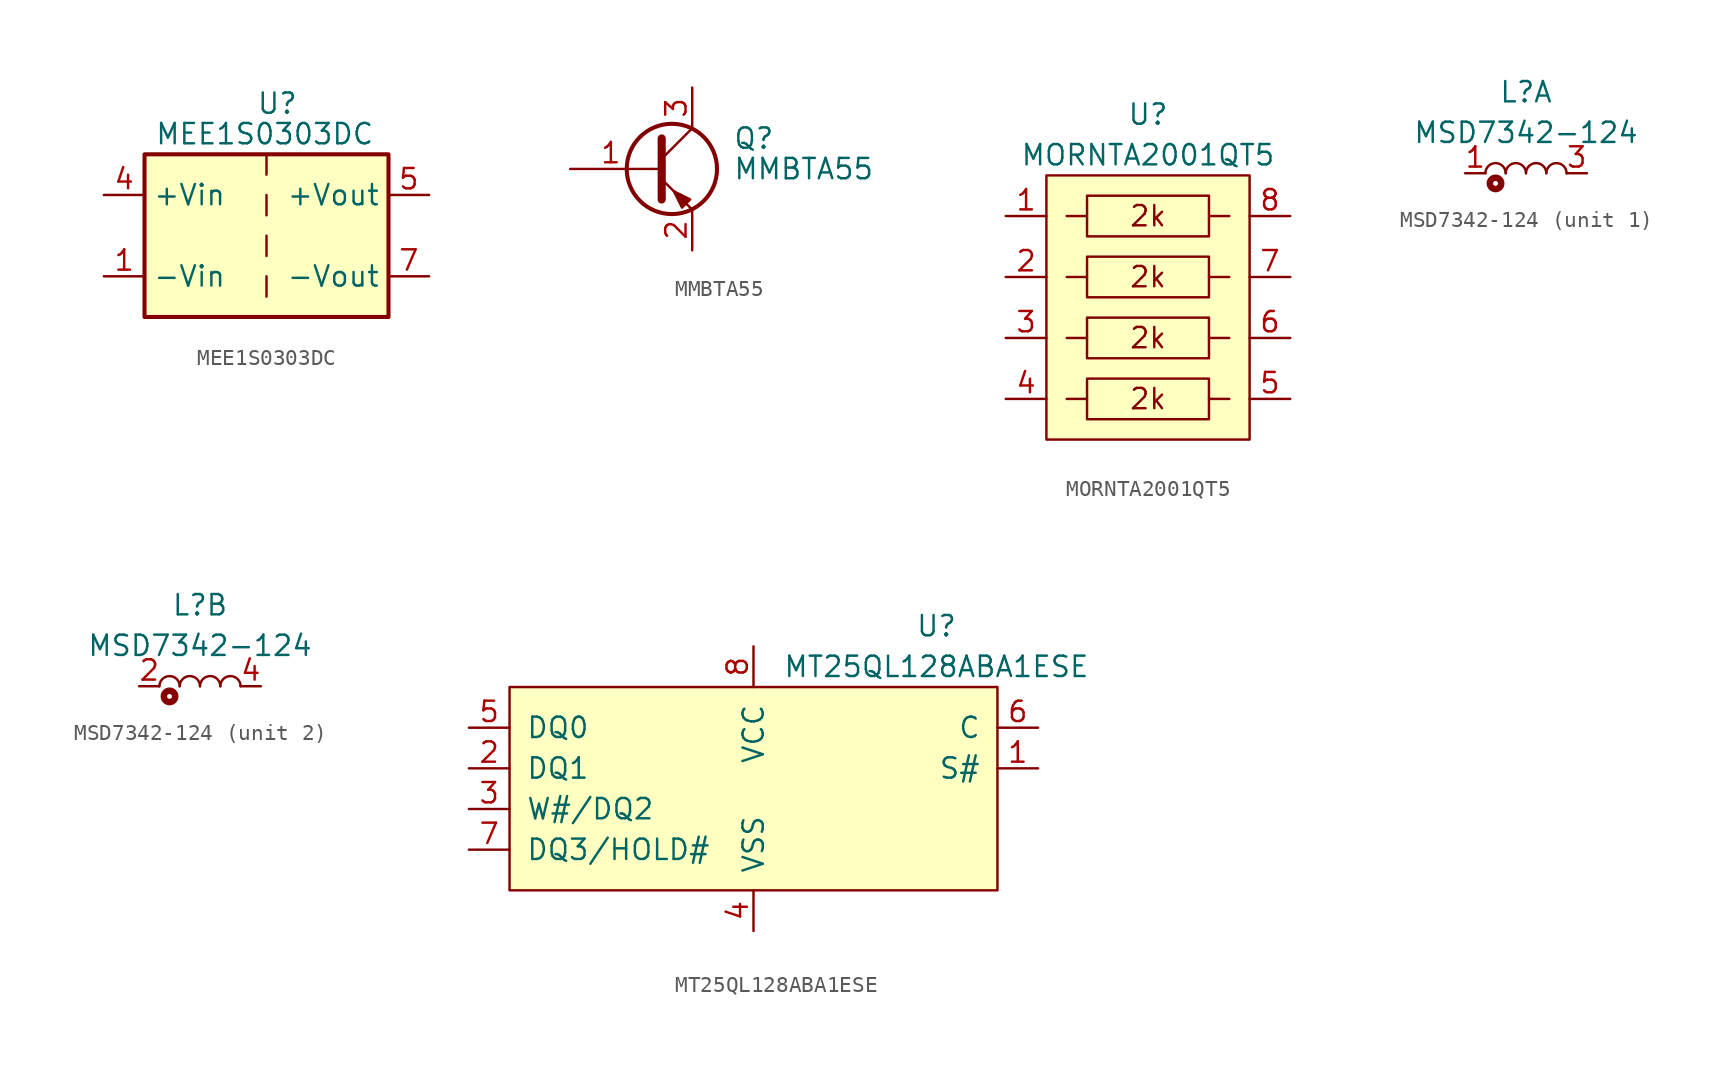
<source format=kicad_sym>
(kicad_symbol_lib
  (version 20220914)
  (generator kicad_symbol_editor)
  (symbol "MEE1S0303DC"
    (property "Reference" "U"
      (at -0.635 8.255 0)
      (effects (font (size 1.27 1.27)) (justify left)))
    (property "Value" "MEE1S0303DC"
      (at -6.985 6.35 0)
      (effects (font (size 1.27 1.27)) (justify left)))
    (symbol "MEE1S0303DC_0_0"
      (pin power_in line (at -10.16 -2.54 0) (length 2.54) (name "-Vin" (effects (font (size 1.27 1.27)))) (number "1" (effects (font (size 1.27 1.27)))))
      (pin power_in line (at -10.16 2.54 0) (length 2.54) (name "+Vin" (effects (font (size 1.27 1.27)))) (number "4" (effects (font (size 1.27 1.27)))))
      (pin power_out line (at 10.16 2.54 180) (length 2.54) (name "+Vout" (effects (font (size 1.27 1.27)))) (number "5" (effects (font (size 1.27 1.27)))))
      (pin power_out line (at 10.16 -2.54 180) (length 2.54) (name "-Vout" (effects (font (size 1.27 1.27)))) (number "7" (effects (font (size 1.27 1.27))))))
    (symbol "MEE1S0303DC_0_1"
      (rectangle (start -7.62 5.08) (end 7.62 -5.08) (stroke (width 0.254) (type default)) (fill (type background)))
      (polyline (pts (xy 0 -2.54) (xy 0 -3.81)) (stroke (width 0) (type default)) (fill (type none)))
      (polyline (pts (xy 0 0) (xy 0 -1.27)) (stroke (width 0) (type default)) (fill (type none)))
      (polyline (pts (xy 0 2.54) (xy 0 1.27)) (stroke (width 0) (type default)) (fill (type none)))
      (polyline (pts (xy 0 5.08) (xy 0 3.81)) (stroke (width 0) (type default)) (fill (type none)))))
  (symbol "MMBTA55"
    (pin_names
      (offset 0) hide)
    (property "Reference" "Q"
      (at 5.08 1.905 0)
      (effects (font (size 1.27 1.27)) (justify left)))
    (property "Value" "MMBTA55"
      (at 5.08 0 0)
      (effects (font (size 1.27 1.27)) (justify left)))
    (symbol "MMBTA55_0_1"
      (polyline (pts (xy 0 0) (xy 0.635 0)) (stroke (width 0) (type default)) (fill (type none)))
      (polyline (pts (xy 2.54 -2.54) (xy 0.635 -0.635)) (stroke (width 0) (type default)) (fill (type none)))
      (polyline (pts (xy 2.54 2.54) (xy 0.635 0.635)) (stroke (width 0) (type default)) (fill (type none)))
      (polyline (pts (xy 0.635 1.905) (xy 0.635 -1.905) (xy 0.635 -1.905)) (stroke (width 0.508) (type default)) (fill (type outline)))
      (polyline (pts (xy 1.905 -2.413) (xy 2.413 -1.905) (xy 1.397 -1.397) (xy 1.905 -2.413) (xy 1.905 -2.413)) (stroke (width 0) (type default)) (fill (type outline)))
      (circle (center 1.27 0) (radius 2.819) (stroke (width 0.254) (type default)) (fill (type none))))
    (symbol "MMBTA55_1_1"
      (pin input line (at -5.08 0 0) (length 5.08) (name "B" (effects (font (size 1.27 1.27)))) (number "1" (effects (font (size 1.27 1.27)))))
      (pin passive line (at 2.54 -5.08 90) (length 2.54) (name "E" (effects (font (size 1.27 1.27)))) (number "2" (effects (font (size 1.27 1.27)))))
      (pin passive line (at 2.54 5.08 270) (length 2.54) (name "C" (effects (font (size 1.27 1.27)))) (number "3" (effects (font (size 1.27 1.27)))))))
  (symbol "MORNTA2001QT5"
    (pin_names
      (offset 1.016))
    (property "Reference" "U"
      (at 0 11.43 0)
      (effects (font (size 1.27 1.27))))
    (property "Value" "MORNTA2001QT5"
      (at 0 8.89 0)
      (effects (font (size 1.27 1.27))))
    (symbol "MORNTA2001QT5_0_0"
      (polyline (pts (xy -3.81 -6.35) (xy -5.08 -6.35)) (stroke (width 0) (type default)) (fill (type none)))
      (polyline (pts (xy -3.81 -2.54) (xy -5.08 -2.54)) (stroke (width 0) (type default)) (fill (type none)))
      (polyline (pts (xy -3.81 1.27) (xy -5.08 1.27)) (stroke (width 0) (type default)) (fill (type none)))
      (polyline (pts (xy -3.81 5.08) (xy -5.08 5.08)) (stroke (width 0) (type default)) (fill (type none)))
      (polyline (pts (xy 3.81 -6.35) (xy 5.08 -6.35)) (stroke (width 0) (type default)) (fill (type none)))
      (polyline (pts (xy 3.81 -2.54) (xy 5.08 -2.54)) (stroke (width 0) (type default)) (fill (type none)))
      (polyline (pts (xy 3.81 1.27) (xy 5.08 1.27)) (stroke (width 0) (type default)) (fill (type none)))
      (polyline (pts (xy 3.81 5.08) (xy 5.08 5.08)) (stroke (width 0) (type default)) (fill (type none)))
      (text "2k" (at 0 -6.35 0) (effects (font (size 1.27 1.27)))))
    (symbol "MORNTA2001QT5_0_1"
      (rectangle (start -6.35 7.62) (end 6.35 -8.89) (stroke (width 0) (type default)) (fill (type background)))
      (rectangle (start -3.81 -5.08) (end 3.81 -7.62) (stroke (width 0) (type default)) (fill (type none))))
    (symbol "MORNTA2001QT5_1_1"
      (rectangle (start -3.81 -1.27) (end 3.81 -3.81) (stroke (width 0) (type default)) (fill (type none)))
      (rectangle (start -3.81 2.54) (end 3.81 0) (stroke (width 0) (type default)) (fill (type none)))
      (rectangle (start -3.81 6.35) (end 3.81 3.81) (stroke (width 0) (type default)) (fill (type none)))
      (text "2k" (at 0 -2.54 0) (effects (font (size 1.27 1.27))))
      (text "2k" (at 0 1.27 0) (effects (font (size 1.27 1.27))))
      (text "2k" (at 0 5.08 0) (effects (font (size 1.27 1.27))))
      (pin passive line (at -8.89 5.08 0) (length 2.54) (name "~" (effects (font (size 1.27 1.27)))) (number "1" (effects (font (size 1.27 1.27)))))
      (pin passive line (at -8.89 1.27 0) (length 2.54) (name "~" (effects (font (size 1.27 1.27)))) (number "2" (effects (font (size 1.27 1.27)))))
      (pin passive line (at -8.89 -2.54 0) (length 2.54) (name "~" (effects (font (size 1.27 1.27)))) (number "3" (effects (font (size 1.27 1.27)))))
      (pin passive line (at -8.89 -6.35 0) (length 2.54) (name "~" (effects (font (size 1.27 1.27)))) (number "4" (effects (font (size 1.27 1.27)))))
      (pin passive line (at 8.89 -6.35 180) (length 2.54) (name "~" (effects (font (size 1.27 1.27)))) (number "5" (effects (font (size 1.27 1.27)))))
      (pin passive line (at 8.89 -2.54 180) (length 2.54) (name "~" (effects (font (size 1.27 1.27)))) (number "6" (effects (font (size 1.27 1.27)))))
      (pin passive line (at 8.89 1.27 180) (length 2.54) (name "~" (effects (font (size 1.27 1.27)))) (number "7" (effects (font (size 1.27 1.27)))))
      (pin passive line (at 8.89 5.08 180) (length 2.54) (name "~" (effects (font (size 1.27 1.27)))) (number "8" (effects (font (size 1.27 1.27)))))))
  (symbol "MSD7342-124"
    (pin_names
      (offset 1.016))
    (property "Reference" "L"
      (at 0 5.08 0)
      (effects (font (size 1.27 1.27))))
    (property "Value" "MSD7342-124"
      (at 0 2.54 0)
      (effects (font (size 1.27 1.27))))
    (symbol "MSD7342-124_0_1"
      (circle (center -1.905 -0.635) (radius 0.356) (stroke (width 0.406) (type default)) (fill (type none))))
    (symbol "MSD7342-124_1_1"
      (arc (start -1.27 0) (mid -1.905 0.6323) (end -2.54 0) (stroke (width 0) (type default)) (fill (type none)))
      (arc (start 0 0) (mid -0.635 0.6323) (end -1.27 0) (stroke (width 0) (type default)) (fill (type none)))
      (arc (start 1.27 0) (mid 0.635 0.6323) (end 0 0) (stroke (width 0) (type default)) (fill (type none)))
      (arc (start 2.54 0) (mid 1.905 0.6323) (end 1.27 0) (stroke (width 0) (type default)) (fill (type none)))
      (pin passive line (at -3.81 0 0) (length 1.27) (name "~" (effects (font (size 1.27 1.27)))) (number "1" (effects (font (size 1.27 1.27)))))
      (pin passive line (at 3.81 0 180) (length 1.27) (name "~" (effects (font (size 1.27 1.27)))) (number "3" (effects (font (size 1.27 1.27))))))
    (symbol "MSD7342-124_2_1"
      (arc (start -1.27 0) (mid -1.905 0.6323) (end -2.54 0) (stroke (width 0) (type default)) (fill (type none)))
      (arc (start 0 0) (mid -0.635 0.6323) (end -1.27 0) (stroke (width 0) (type default)) (fill (type none)))
      (arc (start 1.27 0) (mid 0.635 0.6323) (end 0 0) (stroke (width 0) (type default)) (fill (type none)))
      (arc (start 2.54 0) (mid 1.905 0.6323) (end 1.27 0) (stroke (width 0) (type default)) (fill (type none)))
      (pin passive line (at -3.81 0 0) (length 1.27) (name "~" (effects (font (size 1.27 1.27)))) (number "2" (effects (font (size 1.27 1.27)))))
      (pin passive line (at 3.81 0 180) (length 1.27) (name "~" (effects (font (size 1.27 1.27)))) (number "4" (effects (font (size 1.27 1.27)))))))
  (symbol "MT25QL128ABA1ESE"
    (pin_names
      (offset 1.016))
    (property "Reference" "U"
      (at 11.43 10.16 0)
      (effects (font (size 1.27 1.27))))
    (property "Value" "MT25QL128ABA1ESE"
      (at 11.43 7.62 0)
      (effects (font (size 1.27 1.27))))
    (symbol "MT25QL128ABA1ESE_0_1"
      (rectangle (start -15.24 6.35) (end 15.24 -6.35) (stroke (width 0) (type default)) (fill (type background))))
    (symbol "MT25QL128ABA1ESE_1_1"
      (pin bidirectional line (at 17.78 1.27 180) (length 2.54) (name "S#" (effects (font (size 1.27 1.27)))) (number "1" (effects (font (size 1.27 1.27)))))
      (pin bidirectional line (at -17.78 1.27 0) (length 2.54) (name "DQ1" (effects (font (size 1.27 1.27)))) (number "2" (effects (font (size 1.27 1.27)))))
      (pin bidirectional line (at -17.78 -1.27 0) (length 2.54) (name "W#/DQ2" (effects (font (size 1.27 1.27)))) (number "3" (effects (font (size 1.27 1.27)))))
      (pin passive line (at 0 -8.89 90) (length 2.54) (name "VSS" (effects (font (size 1.27 1.27)))) (number "4" (effects (font (size 1.27 1.27)))))
      (pin bidirectional line (at -17.78 3.81 0) (length 2.54) (name "DQ0" (effects (font (size 1.27 1.27)))) (number "5" (effects (font (size 1.27 1.27)))))
      (pin bidirectional line (at 17.78 3.81 180) (length 2.54) (name "C" (effects (font (size 1.27 1.27)))) (number "6" (effects (font (size 1.27 1.27)))))
      (pin bidirectional line (at -17.78 -3.81 0) (length 2.54) (name "DQ3/HOLD#" (effects (font (size 1.27 1.27)))) (number "7" (effects (font (size 1.27 1.27)))))
      (pin passive line (at 0 8.89 270) (length 2.54) (name "VCC" (effects (font (size 1.27 1.27)))) (number "8" (effects (font (size 1.27 1.27))))))))
</source>
